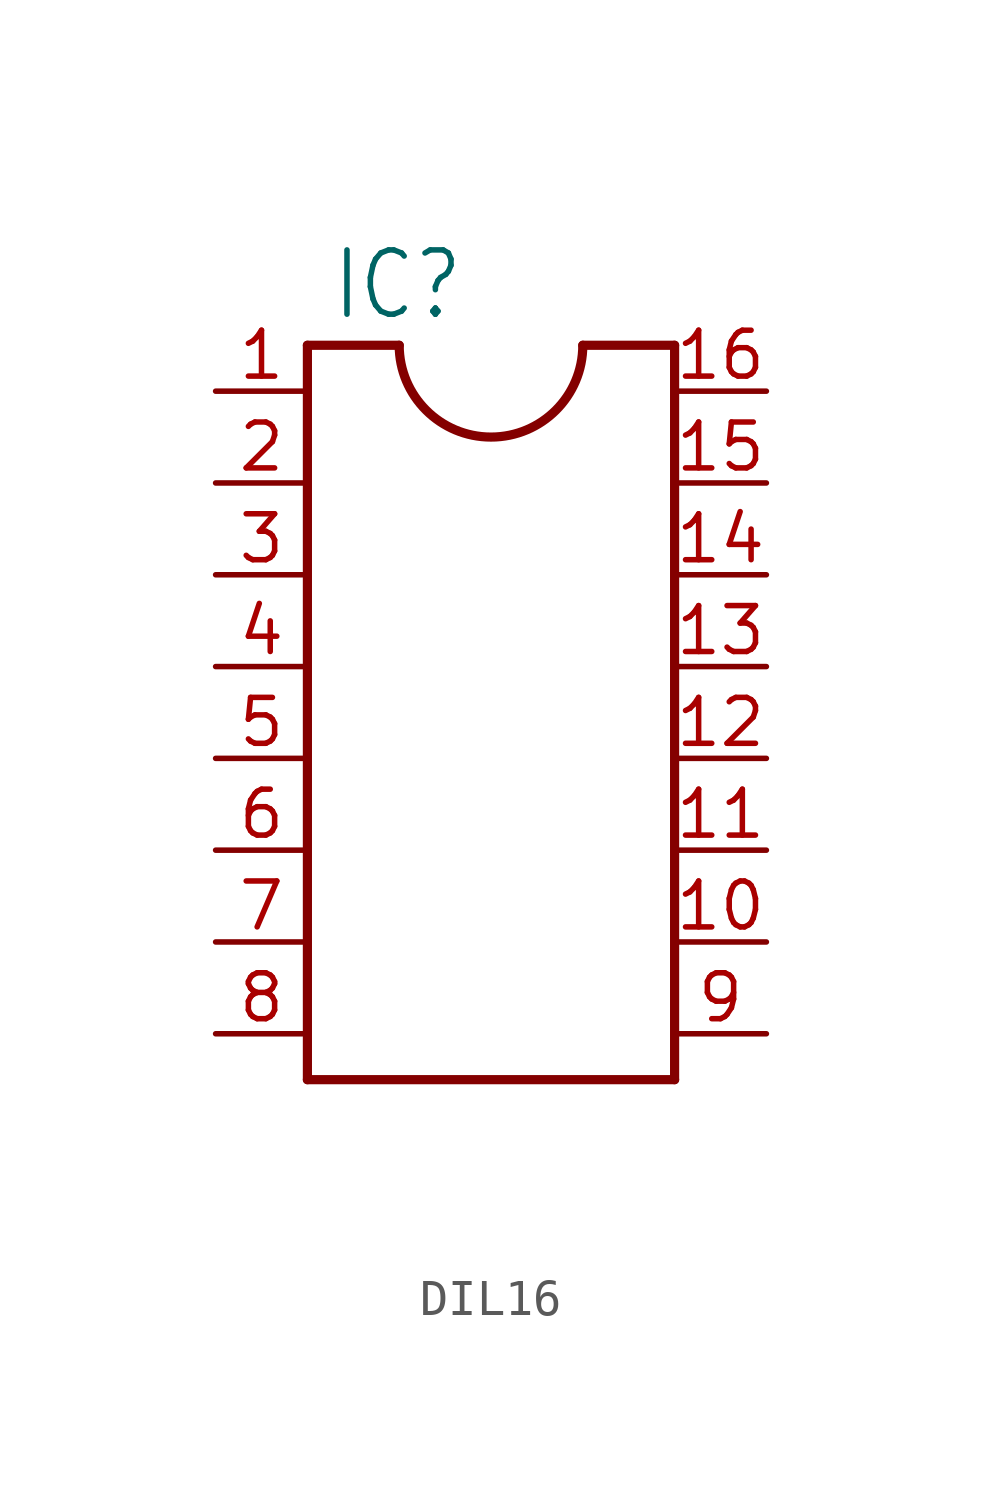
<source format=kicad_sym>
(kicad_symbol_lib
  (version 20220914)
  (generator kicad_symbol_editor)
  (symbol "DIL16"
    (property "Reference" "IC"
      (at -4.445 9.525 0)
      (effects (font (size 1.778 1.511)) (justify left bottom)))
    (property "Value" ""
      (at -4.445 -13.97 0)
      (effects (font (size 1.778 1.511)) (justify left bottom)))
    (property "ki_locked" ""
      (at 0 0 0)
      (effects (font (size 1.27 1.27))))
    (symbol "DIL16_1_0"
      (arc (start -2.54 8.89) (mid 0 6.35) (end 2.54 8.89) (stroke (width 0.254) (type solid)) (fill (type none)))
      (polyline (pts (xy -5.08 -11.43) (xy 5.08 -11.43)) (stroke (width 0.254) (type solid)) (fill (type none)))
      (polyline (pts (xy -5.08 8.89) (xy -5.08 -11.43)) (stroke (width 0.254) (type solid)) (fill (type none)))
      (polyline (pts (xy -5.08 8.89) (xy -2.54 8.89)) (stroke (width 0.254) (type solid)) (fill (type none)))
      (polyline (pts (xy 5.08 -11.43) (xy 5.08 8.89)) (stroke (width 0.254) (type solid)) (fill (type none)))
      (polyline (pts (xy 5.08 8.89) (xy 2.54 8.89)) (stroke (width 0.254) (type solid)) (fill (type none)))
      (pin passive line (at -7.62 7.62 0) (length 2.54) (name "1" (effects (font (size 0 0)))) (number "1" (effects (font (size 1.27 1.27)))))
      (pin passive line (at 7.62 -7.62 180) (length 2.54) (name "10" (effects (font (size 0 0)))) (number "10" (effects (font (size 1.27 1.27)))))
      (pin passive line (at 7.62 -5.08 180) (length 2.54) (name "11" (effects (font (size 0 0)))) (number "11" (effects (font (size 1.27 1.27)))))
      (pin passive line (at 7.62 -2.54 180) (length 2.54) (name "12" (effects (font (size 0 0)))) (number "12" (effects (font (size 1.27 1.27)))))
      (pin passive line (at 7.62 0 180) (length 2.54) (name "13" (effects (font (size 0 0)))) (number "13" (effects (font (size 1.27 1.27)))))
      (pin passive line (at 7.62 2.54 180) (length 2.54) (name "14" (effects (font (size 0 0)))) (number "14" (effects (font (size 1.27 1.27)))))
      (pin passive line (at 7.62 5.08 180) (length 2.54) (name "15" (effects (font (size 0 0)))) (number "15" (effects (font (size 1.27 1.27)))))
      (pin passive line (at 7.62 7.62 180) (length 2.54) (name "16" (effects (font (size 0 0)))) (number "16" (effects (font (size 1.27 1.27)))))
      (pin passive line (at -7.62 5.08 0) (length 2.54) (name "2" (effects (font (size 0 0)))) (number "2" (effects (font (size 1.27 1.27)))))
      (pin passive line (at -7.62 2.54 0) (length 2.54) (name "3" (effects (font (size 0 0)))) (number "3" (effects (font (size 1.27 1.27)))))
      (pin passive line (at -7.62 0 0) (length 2.54) (name "4" (effects (font (size 0 0)))) (number "4" (effects (font (size 1.27 1.27)))))
      (pin passive line (at -7.62 -2.54 0) (length 2.54) (name "5" (effects (font (size 0 0)))) (number "5" (effects (font (size 1.27 1.27)))))
      (pin passive line (at -7.62 -5.08 0) (length 2.54) (name "6" (effects (font (size 0 0)))) (number "6" (effects (font (size 1.27 1.27)))))
      (pin passive line (at -7.62 -7.62 0) (length 2.54) (name "7" (effects (font (size 0 0)))) (number "7" (effects (font (size 1.27 1.27)))))
      (pin passive line (at -7.62 -10.16 0) (length 2.54) (name "8" (effects (font (size 0 0)))) (number "8" (effects (font (size 1.27 1.27)))))
      (pin passive line (at 7.62 -10.16 180) (length 2.54) (name "9" (effects (font (size 0 0)))) (number "9" (effects (font (size 1.27 1.27))))))))
</source>
